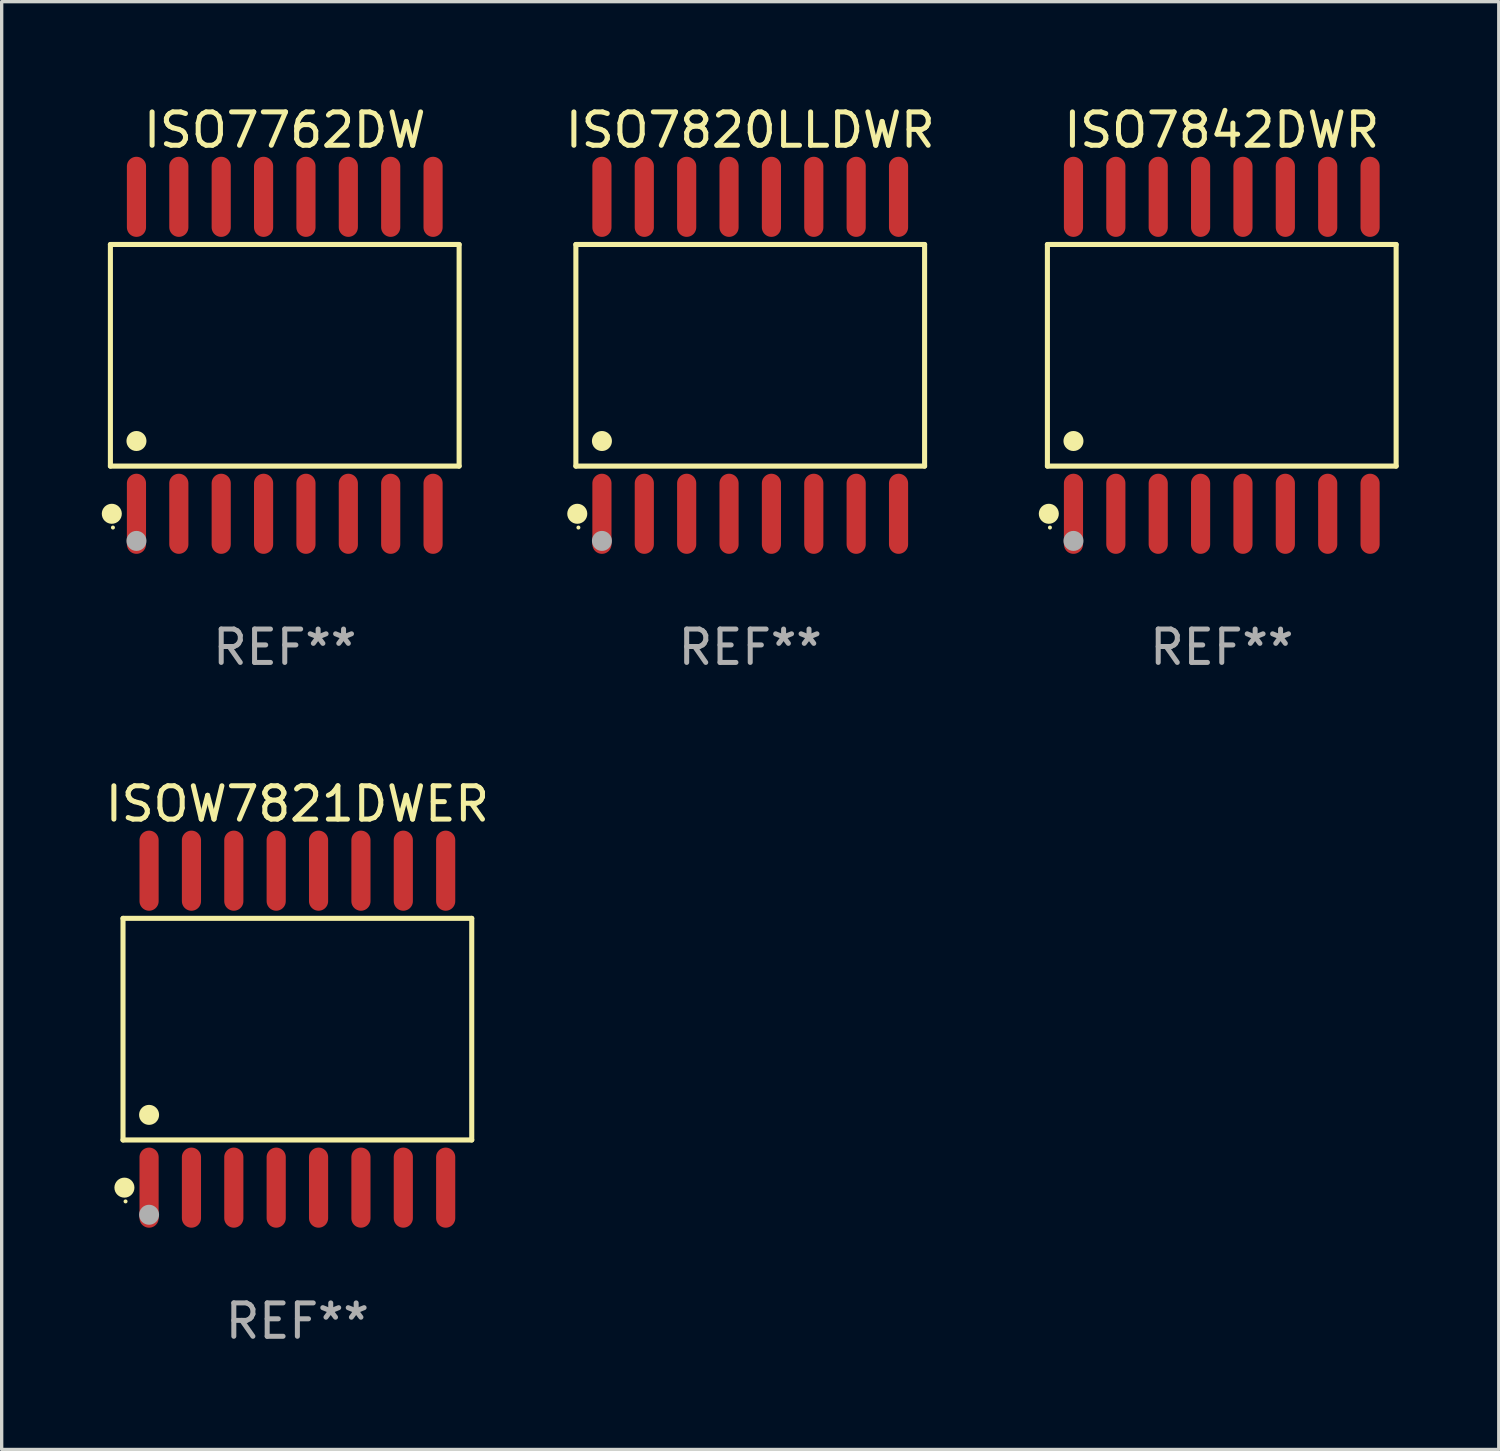
<source format=kicad_pcb>
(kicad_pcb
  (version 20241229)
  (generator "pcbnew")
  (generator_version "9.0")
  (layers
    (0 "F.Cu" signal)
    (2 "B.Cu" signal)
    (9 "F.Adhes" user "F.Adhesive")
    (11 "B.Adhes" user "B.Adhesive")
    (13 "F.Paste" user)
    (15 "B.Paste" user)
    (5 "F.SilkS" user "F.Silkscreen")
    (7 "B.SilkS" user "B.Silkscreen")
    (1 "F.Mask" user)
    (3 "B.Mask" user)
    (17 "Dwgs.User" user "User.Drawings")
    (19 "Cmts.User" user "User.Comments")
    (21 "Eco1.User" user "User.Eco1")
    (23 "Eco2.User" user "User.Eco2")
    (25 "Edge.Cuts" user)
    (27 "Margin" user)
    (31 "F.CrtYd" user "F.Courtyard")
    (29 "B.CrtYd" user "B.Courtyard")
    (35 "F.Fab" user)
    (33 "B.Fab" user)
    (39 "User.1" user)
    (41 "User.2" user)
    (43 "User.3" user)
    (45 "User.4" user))
  (footprint "ISO7842DWR"
    (layer "F.Cu")
    (at 33.569 7.599)
    (property "Reference" "ISO7842DWR" (at 0 -6.75 0) (layer "F.SilkS") (effects (font (size 1 1) (thickness 0.15))))
    (attr through_hole)
    (fp_line (start -5.226 -3.321) (end 5.226 -3.321) (stroke (width 0.152) (type solid)) (layer "F.SilkS"))
    (fp_line (start -5.226 3.321) (end -5.226 -3.321) (stroke (width 0.152) (type solid)) (layer "F.SilkS"))
    (fp_line (start 5.226 -3.321) (end 5.226 3.321) (stroke (width 0.152) (type solid)) (layer "F.SilkS"))
    (fp_line (start 5.226 3.321) (end -5.226 3.321) (stroke (width 0.152) (type solid)) (layer "F.SilkS"))
    (fp_circle (center -5.184 4.75) (end -5.034 4.75) (stroke (width 0.3) (type solid)) (fill no) (layer "F.SilkS"))
    (fp_circle (center -5.15 5.163) (end -5.12 5.163) (stroke (width 0.06) (type solid)) (fill no) (layer "F.SilkS"))
    (fp_circle (center -4.445 2.569) (end -4.295 2.569) (stroke (width 0.3) (type solid)) (fill no) (layer "F.SilkS"))
    (fp_circle (center -4.445 5.563) (end -4.295 5.563) (stroke (width 0.3) (type solid)) (fill no) (layer "F.Fab"))
    (fp_text user "REF**" (at 0 8.75 0) (layer "F.Fab") (effects (font (size 1 1) (thickness 0.15))))
    (pad "1" smd oval (at -4.445 4.75) (size 0.574 2.401) (layers "F.Cu" "F.Mask" "F.Paste"))
    (pad "2" smd oval (at -3.175 4.75) (size 0.574 2.401) (layers "F.Cu" "F.Mask" "F.Paste"))
    (pad "3" smd oval (at -1.905 4.75) (size 0.574 2.401) (layers "F.Cu" "F.Mask" "F.Paste"))
    (pad "4" smd oval (at -0.635 4.75) (size 0.574 2.401) (layers "F.Cu" "F.Mask" "F.Paste"))
    (pad "5" smd oval (at 0.635 4.75) (size 0.574 2.401) (layers "F.Cu" "F.Mask" "F.Paste"))
    (pad "6" smd oval (at 1.905 4.75) (size 0.574 2.401) (layers "F.Cu" "F.Mask" "F.Paste"))
    (pad "7" smd oval (at 3.175 4.75) (size 0.574 2.401) (layers "F.Cu" "F.Mask" "F.Paste"))
    (pad "8" smd oval (at 4.445 4.75) (size 0.574 2.401) (layers "F.Cu" "F.Mask" "F.Paste"))
    (pad "9" smd oval (at 4.445 -4.75) (size 0.574 2.401) (layers "F.Cu" "F.Mask" "F.Paste"))
    (pad "10" smd oval (at 3.175 -4.75) (size 0.574 2.401) (layers "F.Cu" "F.Mask" "F.Paste"))
    (pad "11" smd oval (at 1.905 -4.75) (size 0.574 2.401) (layers "F.Cu" "F.Mask" "F.Paste"))
    (pad "12" smd oval (at 0.635 -4.75) (size 0.574 2.401) (layers "F.Cu" "F.Mask" "F.Paste"))
    (pad "13" smd oval (at -0.635 -4.75) (size 0.574 2.401) (layers "F.Cu" "F.Mask" "F.Paste"))
    (pad "14" smd oval (at -1.905 -4.75) (size 0.574 2.401) (layers "F.Cu" "F.Mask" "F.Paste"))
    (pad "15" smd oval (at -3.175 -4.75) (size 0.574 2.401) (layers "F.Cu" "F.Mask" "F.Paste"))
    (pad "16" smd oval (at -4.445 -4.75) (size 0.574 2.401) (layers "F.Cu" "F.Mask" "F.Paste")))
  (footprint "ISO7820LLDWR"
    (layer "F.Cu")
    (at 19.436 7.599)
    (property "Reference" "ISO7820LLDWR" (at 0 -6.75 0) (layer "F.SilkS") (effects (font (size 1 1) (thickness 0.15))))
    (attr through_hole)
    (fp_line (start -5.226 -3.321) (end 5.226 -3.321) (stroke (width 0.152) (type solid)) (layer "F.SilkS"))
    (fp_line (start -5.226 3.321) (end -5.226 -3.321) (stroke (width 0.152) (type solid)) (layer "F.SilkS"))
    (fp_line (start 5.226 -3.321) (end 5.226 3.321) (stroke (width 0.152) (type solid)) (layer "F.SilkS"))
    (fp_line (start 5.226 3.321) (end -5.226 3.321) (stroke (width 0.152) (type solid)) (layer "F.SilkS"))
    (fp_circle (center -5.184 4.75) (end -5.034 4.75) (stroke (width 0.3) (type solid)) (fill no) (layer "F.SilkS"))
    (fp_circle (center -5.15 5.163) (end -5.12 5.163) (stroke (width 0.06) (type solid)) (fill no) (layer "F.SilkS"))
    (fp_circle (center -4.445 2.569) (end -4.295 2.569) (stroke (width 0.3) (type solid)) (fill no) (layer "F.SilkS"))
    (fp_circle (center -4.445 5.563) (end -4.295 5.563) (stroke (width 0.3) (type solid)) (fill no) (layer "F.Fab"))
    (fp_text user "REF**" (at 0 8.75 0) (layer "F.Fab") (effects (font (size 1 1) (thickness 0.15))))
    (pad "1" smd oval (at -4.445 4.75) (size 0.574 2.401) (layers "F.Cu" "F.Mask" "F.Paste"))
    (pad "2" smd oval (at -3.175 4.75) (size 0.574 2.401) (layers "F.Cu" "F.Mask" "F.Paste"))
    (pad "3" smd oval (at -1.905 4.75) (size 0.574 2.401) (layers "F.Cu" "F.Mask" "F.Paste"))
    (pad "4" smd oval (at -0.635 4.75) (size 0.574 2.401) (layers "F.Cu" "F.Mask" "F.Paste"))
    (pad "5" smd oval (at 0.635 4.75) (size 0.574 2.401) (layers "F.Cu" "F.Mask" "F.Paste"))
    (pad "6" smd oval (at 1.905 4.75) (size 0.574 2.401) (layers "F.Cu" "F.Mask" "F.Paste"))
    (pad "7" smd oval (at 3.175 4.75) (size 0.574 2.401) (layers "F.Cu" "F.Mask" "F.Paste"))
    (pad "8" smd oval (at 4.445 4.75) (size 0.574 2.401) (layers "F.Cu" "F.Mask" "F.Paste"))
    (pad "9" smd oval (at 4.445 -4.75) (size 0.574 2.401) (layers "F.Cu" "F.Mask" "F.Paste"))
    (pad "10" smd oval (at 3.175 -4.75) (size 0.574 2.401) (layers "F.Cu" "F.Mask" "F.Paste"))
    (pad "11" smd oval (at 1.905 -4.75) (size 0.574 2.401) (layers "F.Cu" "F.Mask" "F.Paste"))
    (pad "12" smd oval (at 0.635 -4.75) (size 0.574 2.401) (layers "F.Cu" "F.Mask" "F.Paste"))
    (pad "13" smd oval (at -0.635 -4.75) (size 0.574 2.401) (layers "F.Cu" "F.Mask" "F.Paste"))
    (pad "14" smd oval (at -1.905 -4.75) (size 0.574 2.401) (layers "F.Cu" "F.Mask" "F.Paste"))
    (pad "15" smd oval (at -3.175 -4.75) (size 0.574 2.401) (layers "F.Cu" "F.Mask" "F.Paste"))
    (pad "16" smd oval (at -4.445 -4.75) (size 0.574 2.401) (layers "F.Cu" "F.Mask" "F.Paste")))
  (footprint "ISOW7821DWER"
    (layer "F.Cu")
    (at 5.863 27.796)
    (property "Reference" "ISOW7821DWER" (at 0 -6.75 0) (layer "F.SilkS") (effects (font (size 1 1) (thickness 0.15))))
    (attr through_hole)
    (fp_line (start -5.226 -3.321) (end 5.226 -3.321) (stroke (width 0.152) (type solid)) (layer "F.SilkS"))
    (fp_line (start -5.226 3.321) (end -5.226 -3.321) (stroke (width 0.152) (type solid)) (layer "F.SilkS"))
    (fp_line (start 5.226 -3.321) (end 5.226 3.321) (stroke (width 0.152) (type solid)) (layer "F.SilkS"))
    (fp_line (start 5.226 3.321) (end -5.226 3.321) (stroke (width 0.152) (type solid)) (layer "F.SilkS"))
    (fp_circle (center -5.184 4.75) (end -5.034 4.75) (stroke (width 0.3) (type solid)) (fill no) (layer "F.SilkS"))
    (fp_circle (center -5.15 5.163) (end -5.12 5.163) (stroke (width 0.06) (type solid)) (fill no) (layer "F.SilkS"))
    (fp_circle (center -4.445 2.569) (end -4.295 2.569) (stroke (width 0.3) (type solid)) (fill no) (layer "F.SilkS"))
    (fp_circle (center -4.445 5.563) (end -4.295 5.563) (stroke (width 0.3) (type solid)) (fill no) (layer "F.Fab"))
    (fp_text user "REF**" (at 0 8.75 0) (layer "F.Fab") (effects (font (size 1 1) (thickness 0.15))))
    (pad "1" smd oval (at -4.445 4.75) (size 0.574 2.401) (layers "F.Cu" "F.Mask" "F.Paste"))
    (pad "2" smd oval (at -3.175 4.75) (size 0.574 2.401) (layers "F.Cu" "F.Mask" "F.Paste"))
    (pad "3" smd oval (at -1.905 4.75) (size 0.574 2.401) (layers "F.Cu" "F.Mask" "F.Paste"))
    (pad "4" smd oval (at -0.635 4.75) (size 0.574 2.401) (layers "F.Cu" "F.Mask" "F.Paste"))
    (pad "5" smd oval (at 0.635 4.75) (size 0.574 2.401) (layers "F.Cu" "F.Mask" "F.Paste"))
    (pad "6" smd oval (at 1.905 4.75) (size 0.574 2.401) (layers "F.Cu" "F.Mask" "F.Paste"))
    (pad "7" smd oval (at 3.175 4.75) (size 0.574 2.401) (layers "F.Cu" "F.Mask" "F.Paste"))
    (pad "8" smd oval (at 4.445 4.75) (size 0.574 2.401) (layers "F.Cu" "F.Mask" "F.Paste"))
    (pad "9" smd oval (at 4.445 -4.75) (size 0.574 2.401) (layers "F.Cu" "F.Mask" "F.Paste"))
    (pad "10" smd oval (at 3.175 -4.75) (size 0.574 2.401) (layers "F.Cu" "F.Mask" "F.Paste"))
    (pad "11" smd oval (at 1.905 -4.75) (size 0.574 2.401) (layers "F.Cu" "F.Mask" "F.Paste"))
    (pad "12" smd oval (at 0.635 -4.75) (size 0.574 2.401) (layers "F.Cu" "F.Mask" "F.Paste"))
    (pad "13" smd oval (at -0.635 -4.75) (size 0.574 2.401) (layers "F.Cu" "F.Mask" "F.Paste"))
    (pad "14" smd oval (at -1.905 -4.75) (size 0.574 2.401) (layers "F.Cu" "F.Mask" "F.Paste"))
    (pad "15" smd oval (at -3.175 -4.75) (size 0.574 2.401) (layers "F.Cu" "F.Mask" "F.Paste"))
    (pad "16" smd oval (at -4.445 -4.75) (size 0.574 2.401) (layers "F.Cu" "F.Mask" "F.Paste")))
  (footprint "ISO7762DW"
    (layer "F.Cu")
    (at 5.485 7.599)
    (property "Reference" "ISO7762DW" (at 0 -6.75 0) (layer "F.SilkS") (effects (font (size 1 1) (thickness 0.15))))
    (attr through_hole)
    (fp_line (start -5.226 -3.321) (end 5.226 -3.321) (stroke (width 0.152) (type solid)) (layer "F.SilkS"))
    (fp_line (start -5.226 3.321) (end -5.226 -3.321) (stroke (width 0.152) (type solid)) (layer "F.SilkS"))
    (fp_line (start 5.226 -3.321) (end 5.226 3.321) (stroke (width 0.152) (type solid)) (layer "F.SilkS"))
    (fp_line (start 5.226 3.321) (end -5.226 3.321) (stroke (width 0.152) (type solid)) (layer "F.SilkS"))
    (fp_circle (center -5.184 4.75) (end -5.034 4.75) (stroke (width 0.3) (type solid)) (fill no) (layer "F.SilkS"))
    (fp_circle (center -5.15 5.163) (end -5.12 5.163) (stroke (width 0.06) (type solid)) (fill no) (layer "F.SilkS"))
    (fp_circle (center -4.445 2.569) (end -4.295 2.569) (stroke (width 0.3) (type solid)) (fill no) (layer "F.SilkS"))
    (fp_circle (center -4.445 5.563) (end -4.295 5.563) (stroke (width 0.3) (type solid)) (fill no) (layer "F.Fab"))
    (fp_text user "REF**" (at 0 8.75 0) (layer "F.Fab") (effects (font (size 1 1) (thickness 0.15))))
    (pad "1" smd oval (at -4.445 4.75) (size 0.574 2.401) (layers "F.Cu" "F.Mask" "F.Paste"))
    (pad "2" smd oval (at -3.175 4.75) (size 0.574 2.401) (layers "F.Cu" "F.Mask" "F.Paste"))
    (pad "3" smd oval (at -1.905 4.75) (size 0.574 2.401) (layers "F.Cu" "F.Mask" "F.Paste"))
    (pad "4" smd oval (at -0.635 4.75) (size 0.574 2.401) (layers "F.Cu" "F.Mask" "F.Paste"))
    (pad "5" smd oval (at 0.635 4.75) (size 0.574 2.401) (layers "F.Cu" "F.Mask" "F.Paste"))
    (pad "6" smd oval (at 1.905 4.75) (size 0.574 2.401) (layers "F.Cu" "F.Mask" "F.Paste"))
    (pad "7" smd oval (at 3.175 4.75) (size 0.574 2.401) (layers "F.Cu" "F.Mask" "F.Paste"))
    (pad "8" smd oval (at 4.445 4.75) (size 0.574 2.401) (layers "F.Cu" "F.Mask" "F.Paste"))
    (pad "9" smd oval (at 4.445 -4.75) (size 0.574 2.401) (layers "F.Cu" "F.Mask" "F.Paste"))
    (pad "10" smd oval (at 3.175 -4.75) (size 0.574 2.401) (layers "F.Cu" "F.Mask" "F.Paste"))
    (pad "11" smd oval (at 1.905 -4.75) (size 0.574 2.401) (layers "F.Cu" "F.Mask" "F.Paste"))
    (pad "12" smd oval (at 0.635 -4.75) (size 0.574 2.401) (layers "F.Cu" "F.Mask" "F.Paste"))
    (pad "13" smd oval (at -0.635 -4.75) (size 0.574 2.401) (layers "F.Cu" "F.Mask" "F.Paste"))
    (pad "14" smd oval (at -1.905 -4.75) (size 0.574 2.401) (layers "F.Cu" "F.Mask" "F.Paste"))
    (pad "15" smd oval (at -3.175 -4.75) (size 0.574 2.401) (layers "F.Cu" "F.Mask" "F.Paste"))
    (pad "16" smd oval (at -4.445 -4.75) (size 0.574 2.401) (layers "F.Cu" "F.Mask" "F.Paste")))
  (gr_rect
    (start -3 -3)
    (end 41.871 40.394)
    (stroke (width 0.1) (type default))
    (fill no)
    (layer "Edge.Cuts")))
</source>
